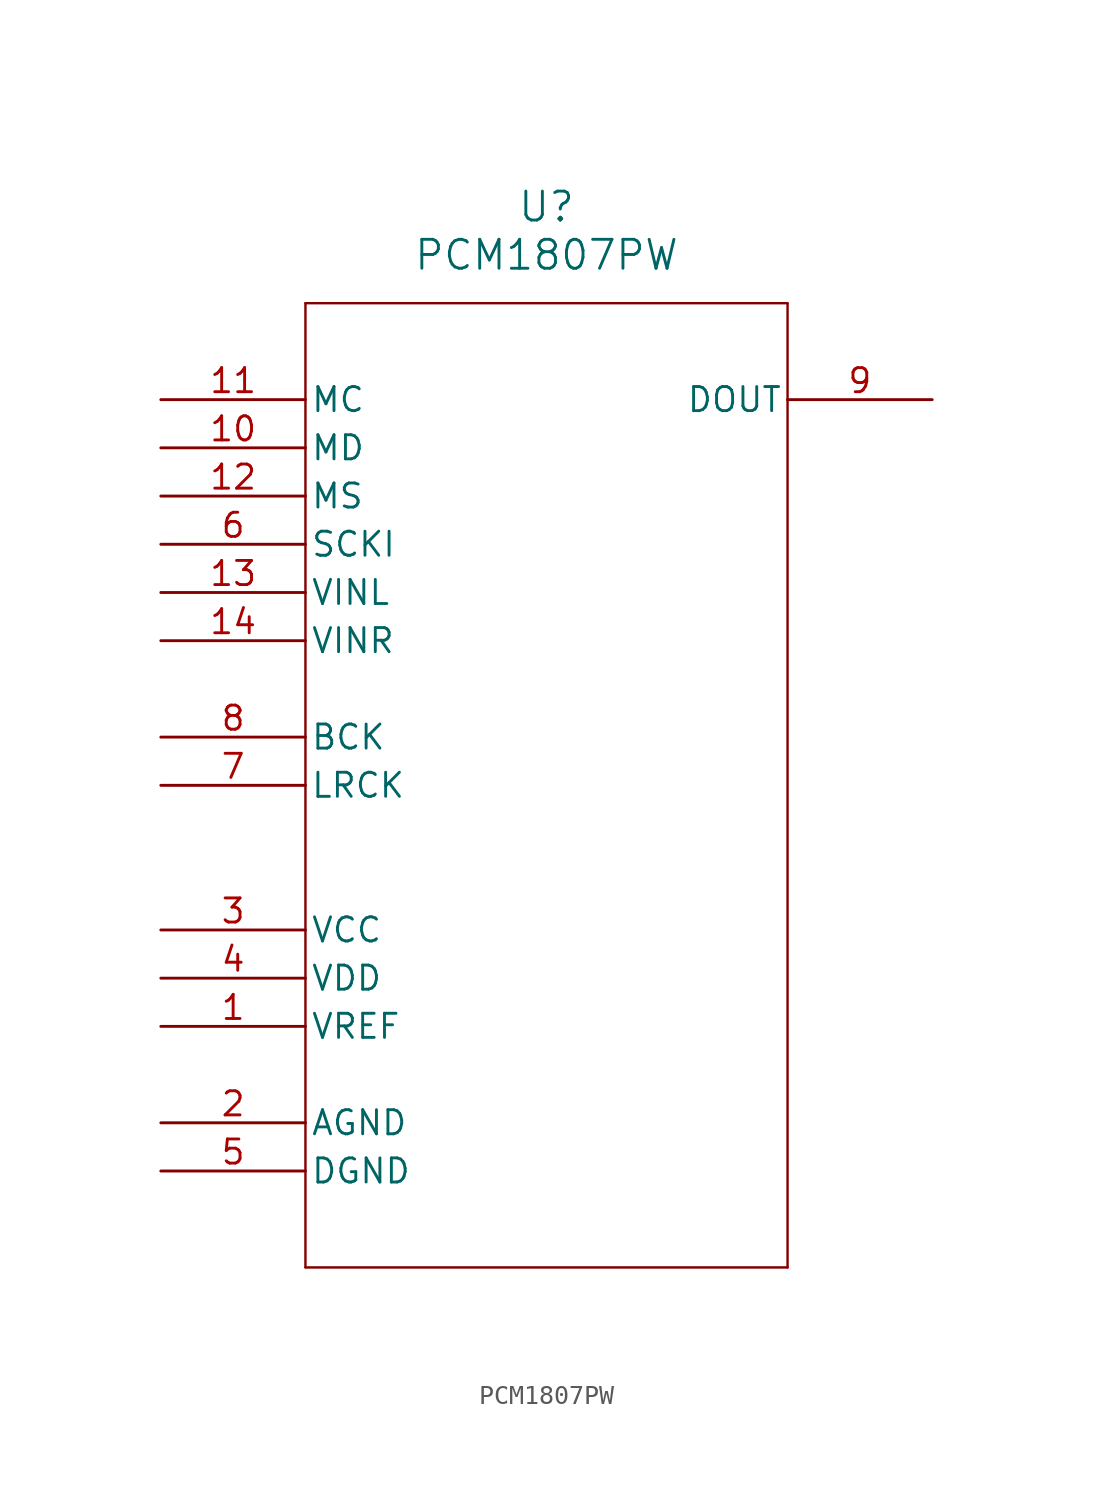
<source format=kicad_sym>
(kicad_symbol_lib
  (version 20211014)
  (generator kicad_symbol_editor)
  (symbol "PCM1807PW"
    (pin_names
      (offset 0.254))
    (property "Reference" "U"
      (at 20.32 10.16 0)
      (effects (font (size 1.524 1.524))))
    (property "Value" "PCM1807PW"
      (at 20.32 7.62 0)
      (effects (font (size 1.524 1.524))))
    (symbol "PCM1807PW_0_1"
      (polyline (pts (xy 7.62 5.08) (xy 7.62 -45.72)) (stroke (width 0.127) (type default) (color 0 0 0 0)) (fill (type none)))
      (polyline (pts (xy 7.62 -45.72) (xy 33.02 -45.72)) (stroke (width 0.127) (type default) (color 0 0 0 0)) (fill (type none)))
      (polyline (pts (xy 33.02 -45.72) (xy 33.02 5.08)) (stroke (width 0.127) (type default) (color 0 0 0 0)) (fill (type none)))
      (polyline (pts (xy 33.02 5.08) (xy 7.62 5.08)) (stroke (width 0.127) (type default) (color 0 0 0 0)) (fill (type none)))
      (pin power_in line (at 0 -33.02 0) (length 7.62) (name "VREF" (effects (font (size 1.27 1.27)))) (number "1" (effects (font (size 1.27 1.27)))))
      (pin power_in line (at 0 -38.1 0) (length 7.62) (name "AGND" (effects (font (size 1.27 1.27)))) (number "2" (effects (font (size 1.27 1.27)))))
      (pin power_in line (at 0 -27.94 0) (length 7.62) (name "VCC" (effects (font (size 1.27 1.27)))) (number "3" (effects (font (size 1.27 1.27)))))
      (pin power_in line (at 0 -30.48 0) (length 7.62) (name "VDD" (effects (font (size 1.27 1.27)))) (number "4" (effects (font (size 1.27 1.27)))))
      (pin power_in line (at 0 -40.64 0) (length 7.62) (name "DGND" (effects (font (size 1.27 1.27)))) (number "5" (effects (font (size 1.27 1.27)))))
      (pin input line (at 0 -7.62 0) (length 7.62) (name "SCKI" (effects (font (size 1.27 1.27)))) (number "6" (effects (font (size 1.27 1.27)))))
      (pin bidirectional line (at 0 -20.32 0) (length 7.62) (name "LRCK" (effects (font (size 1.27 1.27)))) (number "7" (effects (font (size 1.27 1.27)))))
      (pin bidirectional line (at 0 -17.78 0) (length 7.62) (name "BCK" (effects (font (size 1.27 1.27)))) (number "8" (effects (font (size 1.27 1.27)))))
      (pin output line (at 40.64 0 180) (length 7.62) (name "DOUT" (effects (font (size 1.27 1.27)))) (number "9" (effects (font (size 1.27 1.27)))))
      (pin input line (at 0 -2.54 0) (length 7.62) (name "MD" (effects (font (size 1.27 1.27)))) (number "10" (effects (font (size 1.27 1.27)))))
      (pin input line (at 0 0 0) (length 7.62) (name "MC" (effects (font (size 1.27 1.27)))) (number "11" (effects (font (size 1.27 1.27)))))
      (pin input line (at 0 -5.08 0) (length 7.62) (name "MS" (effects (font (size 1.27 1.27)))) (number "12" (effects (font (size 1.27 1.27)))))
      (pin input line (at 0 -10.16 0) (length 7.62) (name "VINL" (effects (font (size 1.27 1.27)))) (number "13" (effects (font (size 1.27 1.27)))))
      (pin input line (at 0 -12.7 0) (length 7.62) (name "VINR" (effects (font (size 1.27 1.27)))) (number "14" (effects (font (size 1.27 1.27))))))))
</source>
